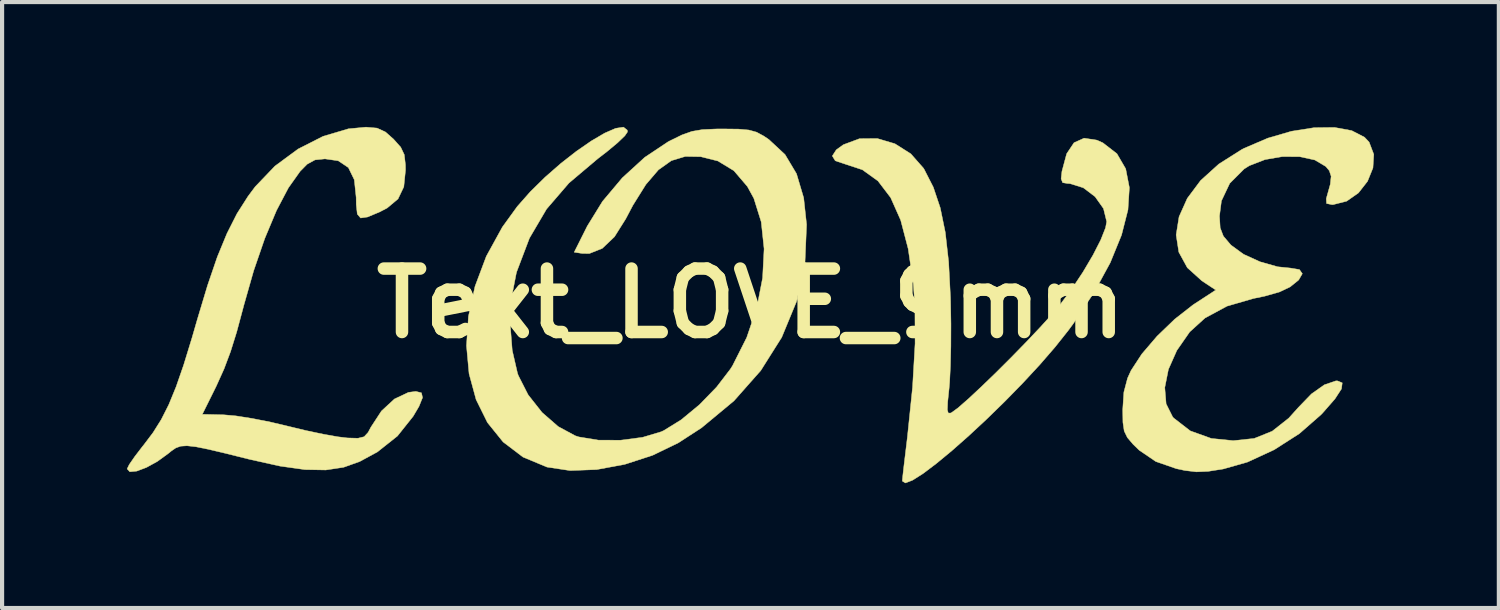
<source format=kicad_pcb>
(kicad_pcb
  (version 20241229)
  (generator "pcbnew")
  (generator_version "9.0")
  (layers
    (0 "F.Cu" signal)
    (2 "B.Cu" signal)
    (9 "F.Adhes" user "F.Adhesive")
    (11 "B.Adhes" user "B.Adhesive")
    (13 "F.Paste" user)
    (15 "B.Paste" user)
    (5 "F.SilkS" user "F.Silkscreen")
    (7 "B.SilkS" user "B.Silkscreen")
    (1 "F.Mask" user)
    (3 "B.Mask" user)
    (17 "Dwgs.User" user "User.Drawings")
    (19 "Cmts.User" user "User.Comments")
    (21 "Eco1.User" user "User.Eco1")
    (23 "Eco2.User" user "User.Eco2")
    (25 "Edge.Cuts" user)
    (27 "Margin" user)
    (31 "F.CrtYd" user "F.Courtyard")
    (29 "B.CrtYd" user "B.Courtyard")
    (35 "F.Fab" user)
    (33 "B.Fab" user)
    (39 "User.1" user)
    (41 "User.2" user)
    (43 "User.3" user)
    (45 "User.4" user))
  (footprint "Text_LOVE_9mm"
    (layer "F.Cu")
    (at 14.991 4.238)
    (property "Reference" "Text_LOVE_9mm" (at 0 0 0) (layer "F.SilkS") (effects (font (size 1.524 1.524) (thickness 0.3))))
    (attr through_hole)
    (fp_poly (pts (xy 8.315 -3.921) (xy 8.46 -3.856) (xy 8.797 -3.595) (xy 9.008 -3.232) (xy 9.096 -2.779) (xy 9.062 -2.246) (xy 8.908 -1.641) (xy 8.637 -0.977) (xy 8.249 -0.264) (xy 7.748 0.489) (xy 7.625 0.656) (xy 7.31 1.052) (xy 6.942 1.477) (xy 6.535 1.916) (xy 6.105 2.356) (xy 5.667 2.783) (xy 5.236 3.184) (xy 4.827 3.545) (xy 4.455 3.852) (xy 4.136 4.093) (xy 3.884 4.252) (xy 3.715 4.317) (xy 3.643 4.274) (xy 3.641 4.255) (xy 3.651 4.15) (xy 3.678 3.913) (xy 3.718 3.58) (xy 3.762 3.217) (xy 3.886 2.018) (xy 3.947 0.969) (xy 3.943 0.063) (xy 3.905 -0.469) (xy 3.781 -1.311) (xy 3.601 -1.998) (xy 3.36 -2.539) (xy 3.055 -2.94) (xy 2.681 -3.209) (xy 2.265 -3.346) (xy 2.029 -3.425) (xy 1.958 -3.541) (xy 2.053 -3.688) (xy 2.223 -3.811) (xy 2.612 -3.956) (xy 3.038 -3.96) (xy 3.461 -3.835) (xy 3.845 -3.592) (xy 4.151 -3.244) (xy 4.167 -3.217) (xy 4.385 -2.79) (xy 4.552 -2.293) (xy 4.673 -1.704) (xy 4.753 -0.997) (xy 4.797 -0.15) (xy 4.8 -0.042) (xy 4.809 0.494) (xy 4.807 1.027) (xy 4.796 1.509) (xy 4.777 1.894) (xy 4.764 2.047) (xy 4.73 2.373) (xy 4.723 2.56) (xy 4.745 2.638) (xy 4.8 2.637) (xy 4.824 2.626) (xy 4.976 2.515) (xy 5.219 2.303) (xy 5.528 2.015) (xy 5.881 1.675) (xy 6.252 1.305) (xy 6.618 0.93) (xy 6.955 0.574) (xy 7.239 0.261) (xy 7.414 0.054) (xy 7.706 -0.336) (xy 7.981 -0.751) (xy 8.222 -1.159) (xy 8.409 -1.525) (xy 8.524 -1.816) (xy 8.551 -1.963) (xy 8.474 -2.277) (xy 8.272 -2.562) (xy 7.99 -2.776) (xy 7.67 -2.876) (xy 7.613 -2.879) (xy 7.493 -2.899) (xy 7.456 -2.992) (xy 7.476 -3.173) (xy 7.589 -3.594) (xy 7.766 -3.859) (xy 8.008 -3.968) (xy 8.315 -3.921)) (stroke (width 0.01) (type solid)) (fill yes) (layer "F.SilkS"))
    (fp_poly (pts (xy -8.981 -4.21) (xy -8.778 -4.116) (xy -8.585 -3.945) (xy -8.412 -3.751) (xy -8.327 -3.572) (xy -8.299 -3.33) (xy -8.297 -3.202) (xy -8.338 -2.799) (xy -8.477 -2.508) (xy -8.739 -2.289) (xy -8.922 -2.194) (xy -9.209 -2.074) (xy -9.376 -2.05) (xy -9.456 -2.144) (xy -9.481 -2.373) (xy -9.483 -2.544) (xy -9.528 -2.97) (xy -9.67 -3.261) (xy -9.914 -3.425) (xy -10.232 -3.471) (xy -10.472 -3.446) (xy -10.659 -3.344) (xy -10.829 -3.172) (xy -11.111 -2.775) (xy -11.397 -2.231) (xy -11.678 -1.561) (xy -11.945 -0.786) (xy -12.189 0.071) (xy -12.196 0.1) (xy -12.353 0.686) (xy -12.501 1.16) (xy -12.657 1.575) (xy -12.842 1.985) (xy -12.907 2.117) (xy -13.18 2.667) (xy -12.665 2.679) (xy -12.373 2.705) (xy -11.974 2.768) (xy -11.523 2.858) (xy -11.134 2.95) (xy -10.695 3.056) (xy -10.273 3.145) (xy -9.917 3.208) (xy -9.694 3.235) (xy -9.439 3.242) (xy -9.292 3.206) (xy -9.196 3.102) (xy -9.131 2.979) (xy -8.875 2.587) (xy -8.563 2.299) (xy -8.227 2.14) (xy -8.048 2.117) (xy -7.914 2.151) (xy -7.888 2.266) (xy -7.973 2.477) (xy -8.114 2.716) (xy -8.491 3.189) (xy -8.972 3.571) (xy -9.398 3.802) (xy -9.784 3.94) (xy -10.213 4.005) (xy -10.714 3.996) (xy -11.311 3.912) (xy -12.032 3.752) (xy -12.065 3.744) (xy -12.618 3.606) (xy -13.032 3.508) (xy -13.334 3.447) (xy -13.548 3.423) (xy -13.7 3.433) (xy -13.817 3.475) (xy -13.923 3.548) (xy -13.995 3.607) (xy -14.257 3.798) (xy -14.522 3.944) (xy -14.755 4.032) (xy -14.922 4.048) (xy -14.986 3.979) (xy -14.986 3.978) (xy -14.936 3.875) (xy -14.803 3.682) (xy -14.616 3.438) (xy -14.59 3.407) (xy -14.365 3.109) (xy -14.167 2.794) (xy -13.986 2.436) (xy -13.81 2.007) (xy -13.628 1.482) (xy -13.429 0.834) (xy -13.298 0.381) (xy -13.052 -0.436) (xy -12.82 -1.114) (xy -12.588 -1.677) (xy -12.347 -2.154) (xy -12.082 -2.57) (xy -11.909 -2.802) (xy -11.434 -3.298) (xy -10.878 -3.708) (xy -10.277 -4.013) (xy -9.67 -4.193) (xy -9.247 -4.233) (xy -8.981 -4.21)) (stroke (width 0.01) (type solid)) (fill yes) (layer "F.SilkS"))
    (fp_poly (pts (xy -2.969 -4.162) (xy -2.963 -4.119) (xy -3.028 -4.024) (xy -3.202 -3.857) (xy -3.457 -3.645) (xy -3.681 -3.472) (xy -4.369 -2.891) (xy -4.908 -2.265) (xy -5.319 -1.566) (xy -5.623 -0.765) (xy -5.636 -0.72) (xy -5.75 -0.136) (xy -5.782 0.503) (xy -5.733 1.13) (xy -5.606 1.681) (xy -5.586 1.736) (xy -5.35 2.2) (xy -5.017 2.622) (xy -4.627 2.962) (xy -4.217 3.183) (xy -4.13 3.211) (xy -3.659 3.288) (xy -3.126 3.289) (xy -2.601 3.22) (xy -2.153 3.086) (xy -2.089 3.056) (xy -1.672 2.798) (xy -1.233 2.435) (xy -0.823 2.013) (xy -0.492 1.582) (xy -0.439 1.498) (xy -0.099 0.823) (xy 0.143 0.111) (xy 0.283 -0.609) (xy 0.319 -1.308) (xy 0.25 -1.956) (xy 0.072 -2.524) (xy -0.083 -2.807) (xy -0.407 -3.186) (xy -0.792 -3.42) (xy -1.202 -3.523) (xy -1.575 -3.529) (xy -1.909 -3.428) (xy -2.22 -3.207) (xy -2.522 -2.854) (xy -2.834 -2.354) (xy -3.006 -2.028) (xy -3.276 -1.599) (xy -3.57 -1.319) (xy -3.88 -1.196) (xy -4.05 -1.198) (xy -4.244 -1.228) (xy -3.93 -1.855) (xy -3.564 -2.449) (xy -3.088 -3.015) (xy -2.548 -3.508) (xy -1.987 -3.882) (xy -1.947 -3.903) (xy -1.655 -4.046) (xy -1.416 -4.131) (xy -1.165 -4.174) (xy -0.836 -4.189) (xy -0.663 -4.19) (xy -0.297 -4.186) (xy -0.048 -4.164) (xy 0.137 -4.113) (xy 0.311 -4.019) (xy 0.436 -3.934) (xy 0.822 -3.575) (xy 1.098 -3.113) (xy 1.27 -2.535) (xy 1.34 -1.892) (xy 1.3 -0.948) (xy 1.098 -0.042) (xy 0.743 0.817) (xy 0.239 1.616) (xy -0.405 2.344) (xy -1.184 2.991) (xy -1.742 3.353) (xy -2.362 3.653) (xy -3.03 3.87) (xy -3.704 3.995) (xy -4.342 4.019) (xy -4.898 3.935) (xy -5.474 3.695) (xy -5.952 3.332) (xy -6.328 2.866) (xy -6.601 2.314) (xy -6.77 1.693) (xy -6.832 1.02) (xy -6.785 0.314) (xy -6.627 -0.408) (xy -6.356 -1.13) (xy -5.97 -1.832) (xy -5.613 -2.325) (xy -5.299 -2.681) (xy -4.945 -3.029) (xy -4.569 -3.358) (xy -4.192 -3.653) (xy -3.833 -3.901) (xy -3.511 -4.09) (xy -3.247 -4.205) (xy -3.059 -4.233) (xy -2.969 -4.162)) (stroke (width 0.01) (type solid)) (fill yes) (layer "F.SilkS"))
    (fp_poly (pts (xy 14.438 -4.15) (xy 14.746 -3.991) (xy 14.857 -3.873) (xy 14.969 -3.579) (xy 14.949 -3.253) (xy 14.819 -2.932) (xy 14.601 -2.653) (xy 14.317 -2.454) (xy 13.99 -2.371) (xy 13.964 -2.371) (xy 13.834 -2.398) (xy 13.827 -2.514) (xy 13.84 -2.561) (xy 13.924 -2.861) (xy 13.944 -3.053) (xy 13.9 -3.187) (xy 13.815 -3.288) (xy 13.552 -3.444) (xy 13.188 -3.523) (xy 12.773 -3.526) (xy 12.354 -3.453) (xy 11.98 -3.308) (xy 11.853 -3.228) (xy 11.508 -2.883) (xy 11.308 -2.461) (xy 11.261 -2.096) (xy 11.278 -1.814) (xy 11.354 -1.615) (xy 11.522 -1.416) (xy 11.54 -1.397) (xy 11.839 -1.179) (xy 12.236 -0.998) (xy 12.66 -0.878) (xy 12.964 -0.847) (xy 13.182 -0.811) (xy 13.252 -0.712) (xy 13.165 -0.562) (xy 13.16 -0.557) (xy 12.96 -0.395) (xy 12.704 -0.273) (xy 12.349 -0.172) (xy 12.078 -0.116) (xy 11.443 0.068) (xy 10.914 0.353) (xy 10.546 0.687) (xy 10.236 1.133) (xy 10.034 1.588) (xy 9.947 2.025) (xy 9.979 2.415) (xy 10.136 2.729) (xy 10.16 2.756) (xy 10.559 3.065) (xy 11.065 3.247) (xy 11.592 3.3) (xy 12.095 3.247) (xy 12.528 3.073) (xy 12.926 2.759) (xy 13.158 2.501) (xy 13.47 2.178) (xy 13.781 1.958) (xy 14.057 1.864) (xy 14.093 1.863) (xy 14.211 1.911) (xy 14.192 2.057) (xy 14.035 2.298) (xy 13.742 2.633) (xy 13.698 2.679) (xy 13.181 3.131) (xy 12.575 3.519) (xy 11.934 3.815) (xy 11.355 3.98) (xy 10.989 4.038) (xy 10.707 4.05) (xy 10.43 4.017) (xy 10.221 3.972) (xy 9.732 3.802) (xy 9.333 3.531) (xy 9.186 3.388) (xy 9.048 3.226) (xy 8.972 3.07) (xy 8.941 2.86) (xy 8.936 2.555) (xy 8.964 2.134) (xy 9.052 1.8) (xy 9.136 1.615) (xy 9.396 1.217) (xy 9.762 0.789) (xy 10.187 0.38) (xy 10.626 0.037) (xy 10.687 -0.003) (xy 11.172 -0.319) (xy 10.838 -0.54) (xy 10.488 -0.856) (xy 10.284 -1.23) (xy 10.22 -1.644) (xy 10.29 -2.081) (xy 10.488 -2.523) (xy 10.808 -2.951) (xy 11.246 -3.347) (xy 11.794 -3.694) (xy 11.853 -3.725) (xy 12.421 -3.968) (xy 12.99 -4.134) (xy 13.534 -4.22) (xy 14.025 -4.226) (xy 14.438 -4.15)) (stroke (width 0.01) (type solid)) (fill yes) (layer "F.SilkS")))
  (gr_rect
    (start -3 -3)
    (end 32.965 11.56)
    (stroke (width 0.1) (type default))
    (fill no)
    (layer "Edge.Cuts")))
</source>
